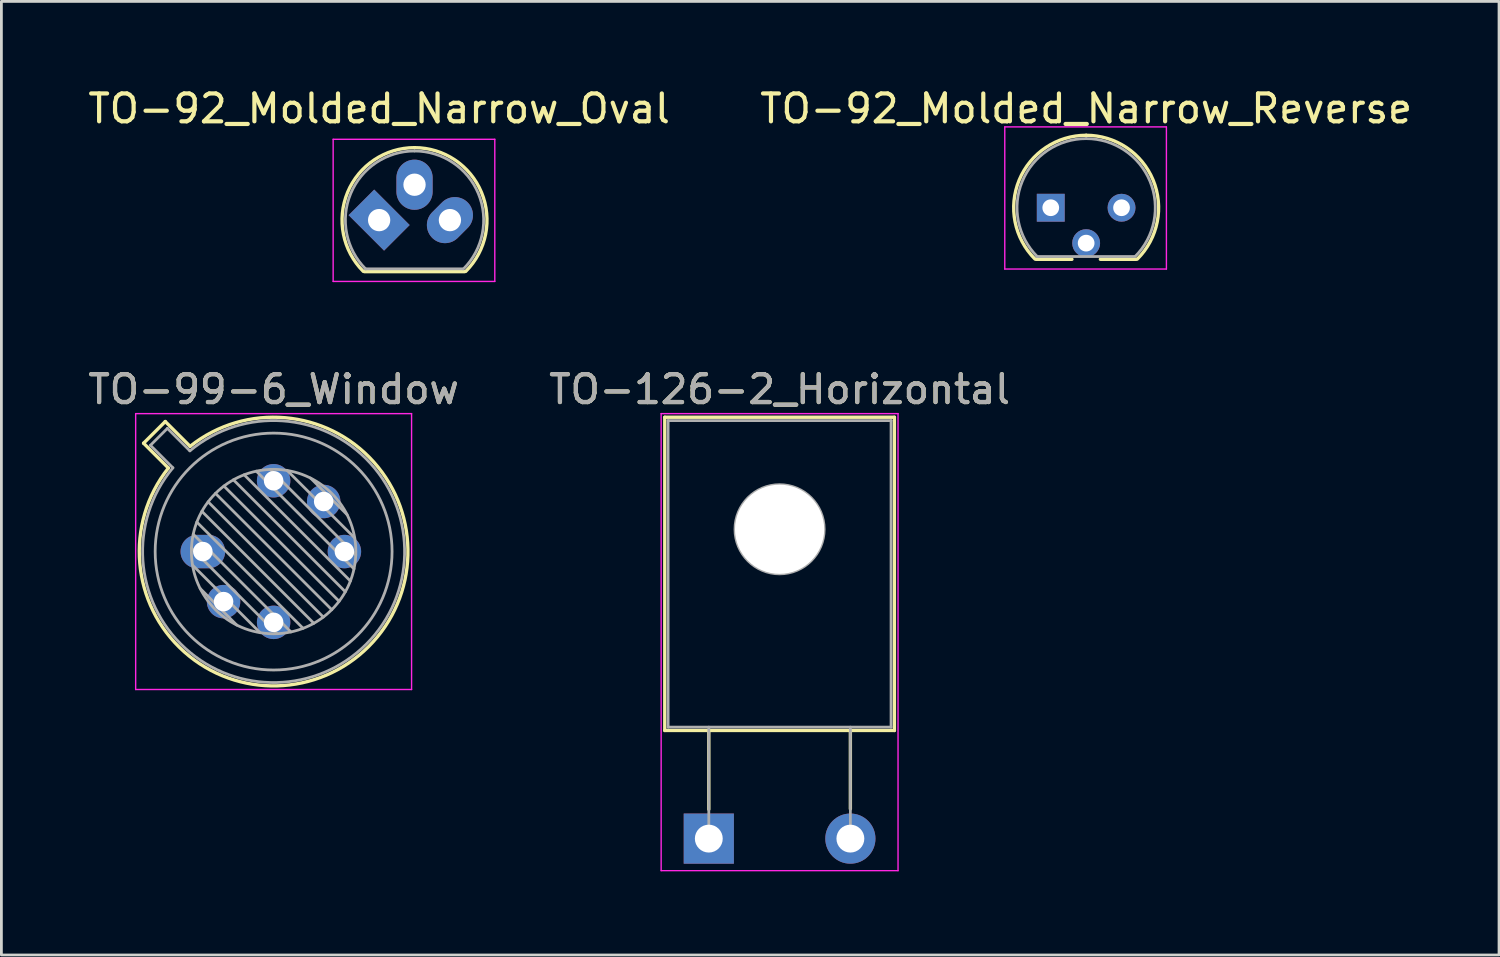
<source format=kicad_pcb>
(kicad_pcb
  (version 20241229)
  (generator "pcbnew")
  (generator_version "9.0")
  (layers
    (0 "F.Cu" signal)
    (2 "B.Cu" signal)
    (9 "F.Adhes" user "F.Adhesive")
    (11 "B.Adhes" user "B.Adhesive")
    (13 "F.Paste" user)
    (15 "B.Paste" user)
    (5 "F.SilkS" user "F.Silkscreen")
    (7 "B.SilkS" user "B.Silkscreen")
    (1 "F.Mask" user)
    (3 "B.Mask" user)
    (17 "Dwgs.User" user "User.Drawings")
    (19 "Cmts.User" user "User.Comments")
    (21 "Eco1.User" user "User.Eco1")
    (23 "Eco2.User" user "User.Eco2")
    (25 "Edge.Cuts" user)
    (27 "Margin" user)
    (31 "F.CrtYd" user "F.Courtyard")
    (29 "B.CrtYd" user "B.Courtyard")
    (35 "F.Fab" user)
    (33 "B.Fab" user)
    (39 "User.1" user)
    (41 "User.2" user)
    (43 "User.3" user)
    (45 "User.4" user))
  (footprint "TO-99-6_Window"
    (layer "F.Cu")
    (at 4.228 16.741)
    (property "Reference" "TO-99-6_Window" (at 2.54 -5.82 0) (layer "F.SilkS") (effects (font (size 1 1) (thickness 0.15))))
    (attr through_hole)
    (fp_line (start -2.126 -3.888) (end -1.235 -2.997) (stroke (width 0.12) (type solid)) (layer "F.SilkS"))
    (fp_line (start -1.348 -4.666) (end -2.126 -3.888) (stroke (width 0.12) (type solid)) (layer "F.SilkS"))
    (fp_line (start -0.457 -3.775) (end -1.348 -4.666) (stroke (width 0.12) (type solid)) (layer "F.SilkS"))
    (fp_arc (start -0.457084 -3.774902) (mid 5.948125 3.408384) (end -1.234674 -2.997371) (stroke (width 0.12) (type solid)) (layer "F.SilkS"))
    (fp_line (start -2.41 -4.95) (end -2.41 4.95) (stroke (width 0.05) (type solid)) (layer "F.CrtYd"))
    (fp_line (start -2.41 4.95) (end 7.49 4.95) (stroke (width 0.05) (type solid)) (layer "F.CrtYd"))
    (fp_line (start 7.49 -4.95) (end -2.41 -4.95) (stroke (width 0.05) (type solid)) (layer "F.CrtYd"))
    (fp_line (start 7.49 4.95) (end 7.49 -4.95) (stroke (width 0.05) (type solid)) (layer "F.CrtYd"))
    (fp_line (start -1.88 -3.812) (end -1.074 -3.005) (stroke (width 0.1) (type solid)) (layer "F.Fab"))
    (fp_line (start -1.272 -4.42) (end -1.88 -3.812) (stroke (width 0.1) (type solid)) (layer "F.Fab"))
    (fp_line (start -0.465 -3.614) (end -1.272 -4.42) (stroke (width 0.1) (type solid)) (layer "F.Fab"))
    (fp_line (start -0.408 -0.12) (end 2.66 2.948) (stroke (width 0.1) (type solid)) (layer "F.Fab"))
    (fp_line (start -0.371 0.485) (end 2.055 2.911) (stroke (width 0.1) (type solid)) (layer "F.Fab"))
    (fp_line (start -0.344 -0.622) (end 3.162 2.884) (stroke (width 0.1) (type solid)) (layer "F.Fab"))
    (fp_line (start -0.215 -1.058) (end 3.598 2.755) (stroke (width 0.1) (type solid)) (layer "F.Fab"))
    (fp_line (start -0.097 1.324) (end 1.216 2.637) (stroke (width 0.1) (type solid)) (layer "F.Fab"))
    (fp_line (start -0.034 -1.443) (end 3.983 2.574) (stroke (width 0.1) (type solid)) (layer "F.Fab"))
    (fp_line (start 0.19 -1.784) (end 4.324 2.35) (stroke (width 0.1) (type solid)) (layer "F.Fab"))
    (fp_line (start 0.454 -2.086) (end 4.626 2.086) (stroke (width 0.1) (type solid)) (layer "F.Fab"))
    (fp_line (start 0.756 -2.35) (end 4.89 1.784) (stroke (width 0.1) (type solid)) (layer "F.Fab"))
    (fp_line (start 1.097 -2.574) (end 5.114 1.443) (stroke (width 0.1) (type solid)) (layer "F.Fab"))
    (fp_line (start 1.482 -2.755) (end 5.295 1.058) (stroke (width 0.1) (type solid)) (layer "F.Fab"))
    (fp_line (start 1.918 -2.884) (end 5.424 0.622) (stroke (width 0.1) (type solid)) (layer "F.Fab"))
    (fp_line (start 2.42 -2.948) (end 5.488 0.12) (stroke (width 0.1) (type solid)) (layer "F.Fab"))
    (fp_line (start 3.025 -2.911) (end 5.451 -0.485) (stroke (width 0.1) (type solid)) (layer "F.Fab"))
    (fp_line (start 3.864 -2.637) (end 5.177 -1.324) (stroke (width 0.1) (type solid)) (layer "F.Fab"))
    (fp_arc (start -0.465408 -3.61352) (mid 5.863443 3.323361) (end -1.073594 -3.005319) (stroke (width 0.1) (type solid)) (layer "F.Fab"))
    (fp_circle (center 2.54 0) (end 5.49 0) (stroke (width 0.1) (type solid)) (fill no) (layer "F.Fab"))
    (fp_circle (center 2.54 0) (end 6.79 0) (stroke (width 0.1) (type solid)) (fill no) (layer "F.Fab"))
    (fp_text user "${REFERENCE}" (at 2.54 -5.82 0) (layer "F.Fab") (effects (font (size 1 1) (thickness 0.15))))
    (pad "1" thru_hole oval (at 0 0) (size 1.6 1.2) (drill 0.7) (layers "*.Cu" "*.Mask"))
    (pad "2" thru_hole oval (at 0.744 1.796) (size 1.2 1.2) (drill 0.7) (layers "*.Cu" "*.Mask"))
    (pad "3" thru_hole oval (at 2.54 2.54) (size 1.2 1.2) (drill 0.7) (layers "*.Cu" "*.Mask"))
    (pad "4" thru_hole oval (at 5.08 0) (size 1.2 1.2) (drill 0.7) (layers "*.Cu" "*.Mask"))
    (pad "5" thru_hole oval (at 4.336 -1.796) (size 1.2 1.2) (drill 0.7) (layers "*.Cu" "*.Mask"))
    (pad "6" thru_hole oval (at 2.54 -2.54) (size 1.2 1.2) (drill 0.7) (layers "*.Cu" "*.Mask")))
  (footprint "TO-92_Molded_Narrow_Reverse"
    (layer "F.Cu")
    (at 34.653 4.404)
    (property "Reference" "TO-92_Molded_Narrow_Reverse" (at 1.27 -3.556 180) (layer "F.SilkS") (effects (font (size 1 1) (thickness 0.15))))
    (attr through_hole)
    (fp_line (start -0.53 1.85) (end 0.76 1.85) (stroke (width 0.12) (type solid)) (layer "F.SilkS"))
    (fp_line (start 1.78 1.85) (end 3.07 1.85) (stroke (width 0.12) (type solid)) (layer "F.SilkS"))
    (fp_arc (start -0.568478 1.838478) (mid -1.132087 -0.994977) (end 1.27 -2.6) (stroke (width 0.12) (type solid)) (layer "F.SilkS"))
    (fp_arc (start 1.27 -2.6) (mid 3.672087 -0.994977) (end 3.108478 1.838478) (stroke (width 0.12) (type solid)) (layer "F.SilkS"))
    (fp_line (start -1.65 -2.9) (end 4.15 -2.9) (stroke (width 0.05) (type solid)) (layer "F.CrtYd"))
    (fp_line (start -1.65 2.2) (end -1.65 -2.9) (stroke (width 0.05) (type solid)) (layer "F.CrtYd"))
    (fp_line (start 4.15 -2.9) (end 4.15 2.2) (stroke (width 0.05) (type solid)) (layer "F.CrtYd"))
    (fp_line (start 4.15 2.2) (end -1.65 2.2) (stroke (width 0.05) (type solid)) (layer "F.CrtYd"))
    (fp_line (start -0.5 1.75) (end 3 1.75) (stroke (width 0.1) (type solid)) (layer "F.Fab"))
    (fp_arc (start -0.483625 1.753625) (mid -1.021221 -0.949055) (end 1.27 -2.48) (stroke (width 0.1) (type solid)) (layer "F.Fab"))
    (fp_arc (start 1.27 -2.48) (mid 3.561221 -0.949055) (end 3.023625 1.753625) (stroke (width 0.1) (type solid)) (layer "F.Fab"))
    (pad "1" thru_hole rect (at 0 0 90) (size 1 1) (drill 0.6) (layers "*.Cu" "*.Mask"))
    (pad "2" thru_hole circle (at 1.27 1.27 90) (size 1 1) (drill 0.6) (layers "*.Cu" "*.Mask"))
    (pad "3" thru_hole circle (at 2.54 0 90) (size 1 1) (drill 0.6) (layers "*.Cu" "*.Mask")))
  (footprint "TO-126-2_Horizontal"
    (layer "F.Cu")
    (at 22.383 27.041)
    (property "Reference" "TO-126-2_Horizontal" (at 2.54 -16.12 0) (layer "F.SilkS") (effects (font (size 1 1) (thickness 0.15))))
    (attr through_hole)
    (fp_line (start -1.58 -15.12) (end -1.58 -3.88) (stroke (width 0.12) (type solid)) (layer "F.SilkS"))
    (fp_line (start -1.58 -15.12) (end 6.66 -15.12) (stroke (width 0.12) (type solid)) (layer "F.SilkS"))
    (fp_line (start -1.58 -3.88) (end 6.66 -3.88) (stroke (width 0.12) (type solid)) (layer "F.SilkS"))
    (fp_line (start 0 -3.88) (end 0 -1.05) (stroke (width 0.12) (type solid)) (layer "F.SilkS"))
    (fp_line (start 5.08 -3.88) (end 5.08 -1.066) (stroke (width 0.12) (type solid)) (layer "F.SilkS"))
    (fp_line (start 6.66 -15.12) (end 6.66 -3.88) (stroke (width 0.12) (type solid)) (layer "F.SilkS"))
    (fp_line (start -1.71 -15.25) (end -1.71 1.15) (stroke (width 0.05) (type solid)) (layer "F.CrtYd"))
    (fp_line (start -1.71 1.15) (end 6.79 1.15) (stroke (width 0.05) (type solid)) (layer "F.CrtYd"))
    (fp_line (start 6.79 -15.25) (end -1.71 -15.25) (stroke (width 0.05) (type solid)) (layer "F.CrtYd"))
    (fp_line (start 6.79 1.15) (end 6.79 -15.25) (stroke (width 0.05) (type solid)) (layer "F.CrtYd"))
    (fp_line (start -1.46 -15) (end 6.54 -15) (stroke (width 0.1) (type solid)) (layer "F.Fab"))
    (fp_line (start -1.46 -4) (end -1.46 -15) (stroke (width 0.1) (type solid)) (layer "F.Fab"))
    (fp_line (start 0 -4) (end 0 0) (stroke (width 0.1) (type solid)) (layer "F.Fab"))
    (fp_line (start 5.08 -4) (end 5.08 0) (stroke (width 0.1) (type solid)) (layer "F.Fab"))
    (fp_line (start 6.54 -15) (end 6.54 -4) (stroke (width 0.1) (type solid)) (layer "F.Fab"))
    (fp_line (start 6.54 -4) (end -1.46 -4) (stroke (width 0.1) (type solid)) (layer "F.Fab"))
    (fp_circle (center 2.54 -11.1) (end 4.14 -11.1) (stroke (width 0.1) (type solid)) (fill no) (layer "F.Fab"))
    (fp_text user "${REFERENCE}" (at 2.54 -16.12 0) (layer "F.Fab") (effects (font (size 1 1) (thickness 0.15))))
    (pad "" np_thru_hole oval (at 2.54 -11.1) (size 3.2 3.2) (drill 3.2) (layers "*.Cu" "*.Mask"))
    (pad "1" thru_hole rect (at 0 0) (size 1.8 1.8) (drill 1) (layers "*.Cu" "*.Mask"))
    (pad "2" thru_hole oval (at 5.08 0) (size 1.8 1.8) (drill 1) (layers "*.Cu" "*.Mask")))
  (footprint "TO-92_Molded_Narrow_Oval"
    (layer "F.Cu")
    (at 10.554 4.848)
    (property "Reference" "TO-92_Molded_Narrow_Oval" (at 0 -4 0) (layer "F.SilkS") (effects (font (size 1 1) (thickness 0.15))))
    (attr through_hole)
    (fp_line (start -0.53 1.85) (end 3.07 1.85) (stroke (width 0.12) (type solid)) (layer "F.SilkS"))
    (fp_arc (start -0.568478 1.838478) (mid -1.132087 -0.994977) (end 1.27 -2.6) (stroke (width 0.12) (type solid)) (layer "F.SilkS"))
    (fp_arc (start 1.27 -2.6) (mid 3.672087 -0.994977) (end 3.108478 1.838478) (stroke (width 0.12) (type solid)) (layer "F.SilkS"))
    (fp_line (start -1.65 -2.9) (end 4.15 -2.9) (stroke (width 0.05) (type solid)) (layer "F.CrtYd"))
    (fp_line (start -1.65 2.2) (end -1.65 -2.9) (stroke (width 0.05) (type solid)) (layer "F.CrtYd"))
    (fp_line (start 4.15 -2.9) (end 4.15 2.2) (stroke (width 0.05) (type solid)) (layer "F.CrtYd"))
    (fp_line (start 4.15 2.2) (end -1.65 2.2) (stroke (width 0.05) (type solid)) (layer "F.CrtYd"))
    (fp_line (start -0.5 1.75) (end 3 1.75) (stroke (width 0.1) (type solid)) (layer "F.Fab"))
    (fp_arc (start -0.483625 1.753625) (mid -1.021221 -0.949055) (end 1.27 -2.48) (stroke (width 0.1) (type solid)) (layer "F.Fab"))
    (fp_arc (start 1.27 -2.48) (mid 3.561221 -0.949055) (end 3.023625 1.753625) (stroke (width 0.1) (type solid)) (layer "F.Fab"))
    (pad "1" thru_hole rect (at 0 0 45) (size 1.3 1.8) (drill 0.8) (layers "*.Cu" "*.Mask"))
    (pad "2" thru_hole oval (at 1.27 -1.27 90) (size 1.8 1.3) (drill 0.8) (layers "*.Cu" "*.Mask"))
    (pad "3" thru_hole oval (at 2.54 0 45) (size 1.8 1.3) (drill 0.8) (layers "*.Cu" "*.Mask")))
  (gr_rect
    (start -3 -3)
    (end 50.738 31.216)
    (stroke (width 0.1) (type default))
    (fill no)
    (layer "Edge.Cuts")))
</source>
